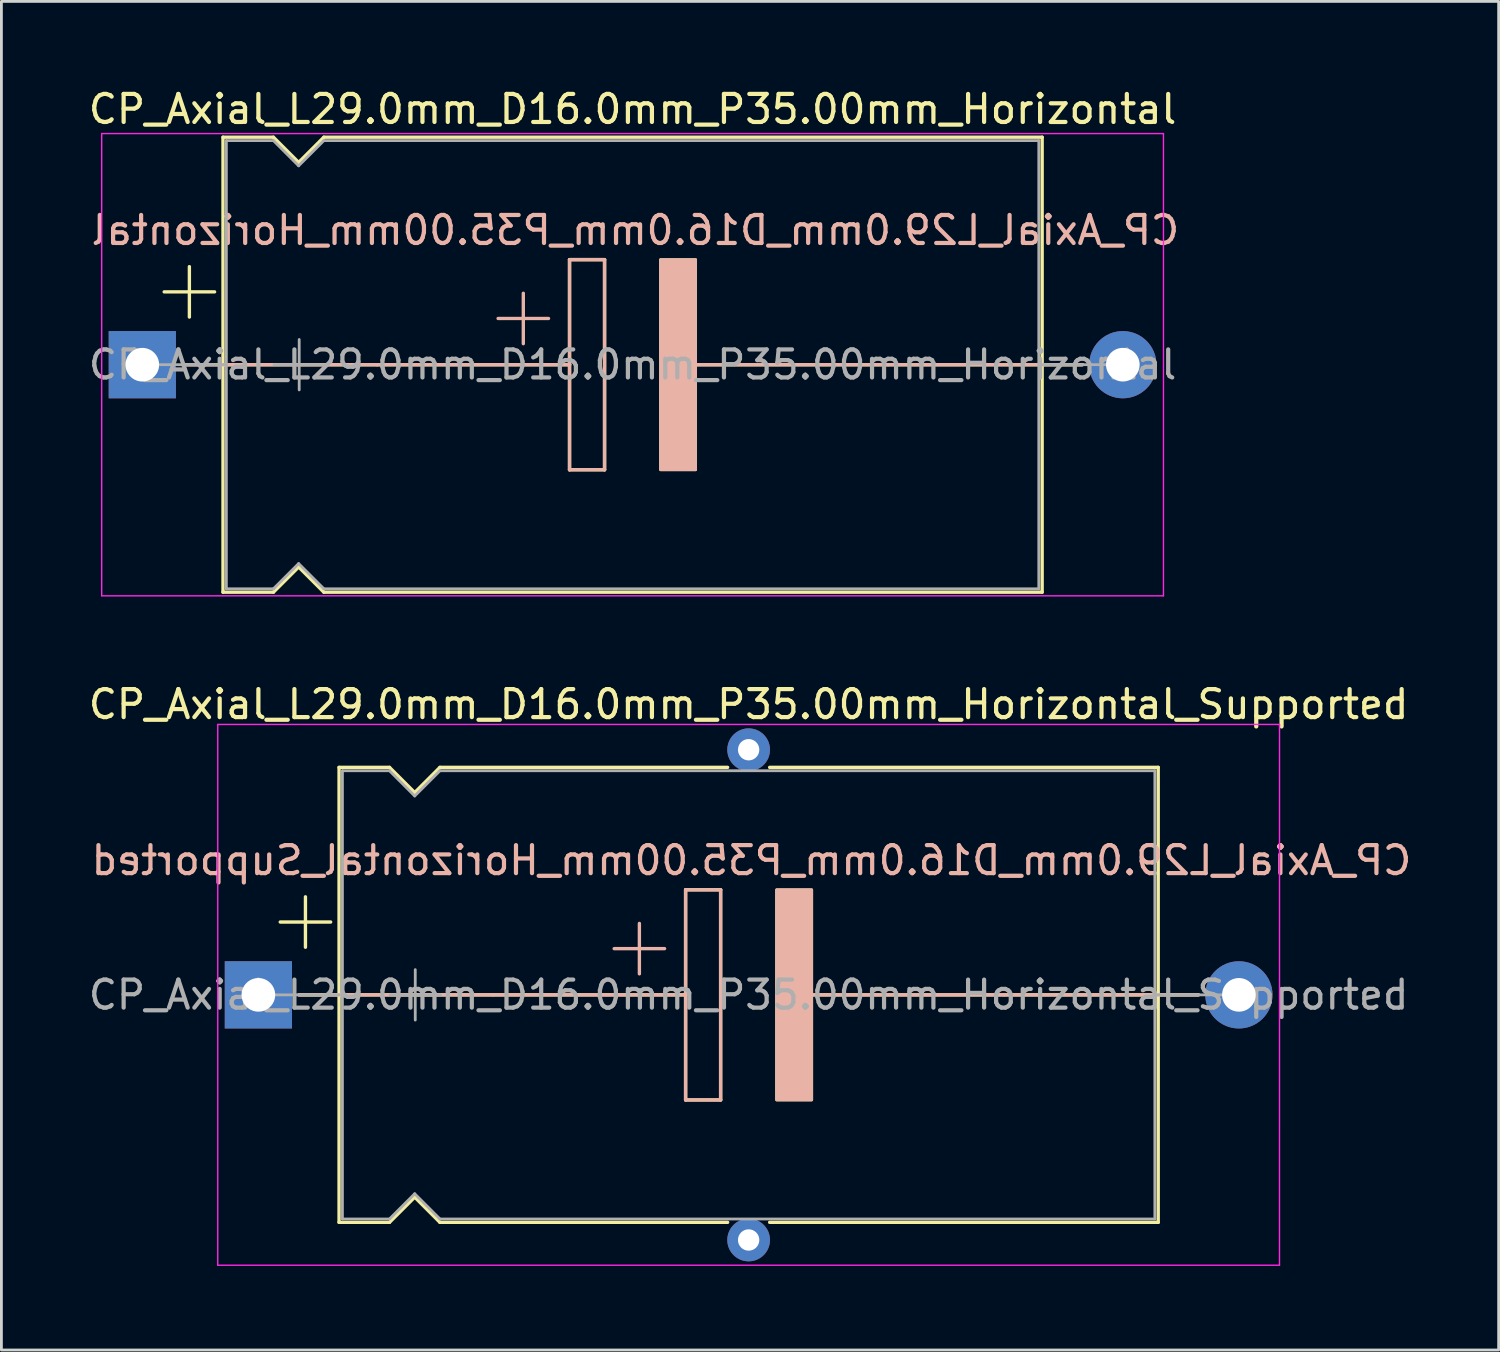
<source format=kicad_pcb>
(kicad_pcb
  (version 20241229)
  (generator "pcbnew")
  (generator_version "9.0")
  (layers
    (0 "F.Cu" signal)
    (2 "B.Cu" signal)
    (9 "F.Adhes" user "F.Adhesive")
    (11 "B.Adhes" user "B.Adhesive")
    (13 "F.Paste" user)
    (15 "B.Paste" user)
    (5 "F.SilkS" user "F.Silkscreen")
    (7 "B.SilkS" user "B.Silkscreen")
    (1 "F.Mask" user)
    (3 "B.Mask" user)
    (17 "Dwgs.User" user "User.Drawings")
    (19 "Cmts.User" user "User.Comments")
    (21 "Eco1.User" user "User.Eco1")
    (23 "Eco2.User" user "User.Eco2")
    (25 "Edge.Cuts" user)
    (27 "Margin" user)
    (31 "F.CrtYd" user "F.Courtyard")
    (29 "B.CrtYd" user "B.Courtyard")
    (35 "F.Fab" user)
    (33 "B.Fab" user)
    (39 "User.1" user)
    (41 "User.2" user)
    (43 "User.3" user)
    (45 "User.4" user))
  (footprint "CP_Axial_L29.0mm_D16.0mm_P35.00mm_Horizontal_Supported"
    (layer "F.Cu")
    (at 6.173 32.462)
    (property "Reference" "CP_Axial_L29.0mm_D16.0mm_P35.00mm_Horizontal_Supported" (at 17.5 -10.37 0) (layer "F.SilkS") (effects (font (size 1 1) (thickness 0.15))))
    (fp_line (start 0.78 -2.6) (end 2.58 -2.6) (stroke (width 0.12) (type solid)) (layer "F.SilkS"))
    (fp_line (start 1.44 0) (end 2.88 0) (stroke (width 0.12) (type solid)) (layer "F.SilkS"))
    (fp_line (start 1.68 -3.5) (end 1.68 -1.7) (stroke (width 0.12) (type solid)) (layer "F.SilkS"))
    (fp_line (start 2.88 -8.12) (end 2.88 8.12) (stroke (width 0.12) (type solid)) (layer "F.SilkS"))
    (fp_line (start 2.88 -8.12) (end 4.68 -8.12) (stroke (width 0.12) (type solid)) (layer "F.SilkS"))
    (fp_line (start 2.88 0) (end 15.25 0) (stroke (width 0.12) (type solid)) (layer "F.SilkS"))
    (fp_line (start 2.88 8.12) (end 4.68 8.12) (stroke (width 0.12) (type solid)) (layer "F.SilkS"))
    (fp_line (start 4.68 -8.12) (end 5.58 -7.22) (stroke (width 0.12) (type solid)) (layer "F.SilkS"))
    (fp_line (start 4.68 8.12) (end 5.58 7.22) (stroke (width 0.12) (type solid)) (layer "F.SilkS"))
    (fp_line (start 5.58 -7.22) (end 6.48 -8.12) (stroke (width 0.12) (type solid)) (layer "F.SilkS"))
    (fp_line (start 5.58 7.22) (end 6.48 8.12) (stroke (width 0.12) (type solid)) (layer "F.SilkS"))
    (fp_line (start 6.48 -8.12) (end 16.75 -8.12) (stroke (width 0.12) (type solid)) (layer "F.SilkS"))
    (fp_line (start 6.48 8.12) (end 16.75 8.12) (stroke (width 0.12) (type solid)) (layer "F.SilkS"))
    (fp_line (start 15.25 -3.75) (end 16.5 -3.75) (stroke (width 0.12) (type solid)) (layer "F.SilkS"))
    (fp_line (start 15.25 0) (end 15.25 -3.75) (stroke (width 0.12) (type solid)) (layer "F.SilkS"))
    (fp_line (start 15.25 3.75) (end 15.25 0) (stroke (width 0.12) (type solid)) (layer "F.SilkS"))
    (fp_line (start 16.5 -3.75) (end 16.5 3.75) (stroke (width 0.12) (type solid)) (layer "F.SilkS"))
    (fp_line (start 16.5 3.75) (end 15.25 3.75) (stroke (width 0.12) (type solid)) (layer "F.SilkS"))
    (fp_line (start 18.25 -8.12) (end 32.12 -8.12) (stroke (width 0.12) (type solid)) (layer "F.SilkS"))
    (fp_line (start 18.25 8.12) (end 32.12 8.12) (stroke (width 0.12) (type solid)) (layer "F.SilkS"))
    (fp_line (start 19.75 0) (end 32.131 0) (stroke (width 0.12) (type solid)) (layer "F.SilkS"))
    (fp_line (start 32.12 -8.12) (end 32.12 8.12) (stroke (width 0.12) (type solid)) (layer "F.SilkS"))
    (fp_line (start 33.56 0) (end 32.12 0) (stroke (width 0.12) (type solid)) (layer "F.SilkS"))
    (fp_poly (pts (xy 19.75 3.75) (xy 18.5 3.75) (xy 18.5 -3.75) (xy 19.75 -3.75)) (stroke (width 0.1) (type solid)) (fill yes) (layer "F.SilkS"))
    (fp_line (start 1.45 0) (end 8.38 0) (stroke (width 0.12) (type solid)) (layer "B.SilkS"))
    (fp_line (start 8.38 0) (end 15.25 0) (stroke (width 0.12) (type solid)) (layer "B.SilkS"))
    (fp_line (start 13.6 -2.55) (end 13.6 -0.75) (stroke (width 0.12) (type solid)) (layer "B.SilkS"))
    (fp_line (start 14.5 -1.65) (end 12.7 -1.65) (stroke (width 0.12) (type solid)) (layer "B.SilkS"))
    (fp_line (start 15.25 -3.75) (end 16.5 -3.75) (stroke (width 0.12) (type solid)) (layer "B.SilkS"))
    (fp_line (start 15.25 0) (end 15.25 -3.75) (stroke (width 0.12) (type solid)) (layer "B.SilkS"))
    (fp_line (start 15.25 3.75) (end 15.25 0) (stroke (width 0.12) (type solid)) (layer "B.SilkS"))
    (fp_line (start 16.5 -3.75) (end 16.5 3.75) (stroke (width 0.12) (type solid)) (layer "B.SilkS"))
    (fp_line (start 16.5 3.75) (end 15.25 3.75) (stroke (width 0.12) (type solid)) (layer "B.SilkS"))
    (fp_line (start 19.75 0) (end 26.62 0) (stroke (width 0.12) (type solid)) (layer "B.SilkS"))
    (fp_line (start 33.55 0) (end 26.62 0) (stroke (width 0.12) (type solid)) (layer "B.SilkS"))
    (fp_poly (pts (xy 19.75 3.75) (xy 18.5 3.75) (xy 18.5 -3.75) (xy 19.75 -3.75)) (stroke (width 0.1) (type solid)) (fill yes) (layer "B.SilkS"))
    (fp_line (start -1.45 -9.652) (end -1.45 9.652) (stroke (width 0.05) (type solid)) (layer "F.CrtYd"))
    (fp_line (start -1.45 9.652) (end 36.45 9.652) (stroke (width 0.05) (type solid)) (layer "F.CrtYd"))
    (fp_line (start 36.449 9.652) (end 36.45 -9.652) (stroke (width 0.05) (type solid)) (layer "F.CrtYd"))
    (fp_line (start 36.45 -9.652) (end -1.45 -9.652) (stroke (width 0.05) (type solid)) (layer "F.CrtYd"))
    (fp_line (start 0 0) (end 3 0) (stroke (width 0.1) (type solid)) (layer "F.Fab"))
    (fp_line (start 3 -8) (end 3 8) (stroke (width 0.1) (type solid)) (layer "F.Fab"))
    (fp_line (start 3 -8) (end 4.68 -8) (stroke (width 0.1) (type solid)) (layer "F.Fab"))
    (fp_line (start 3 8) (end 4.68 8) (stroke (width 0.1) (type solid)) (layer "F.Fab"))
    (fp_line (start 4.68 -8) (end 5.58 -7.1) (stroke (width 0.1) (type solid)) (layer "F.Fab"))
    (fp_line (start 4.68 8) (end 5.58 7.1) (stroke (width 0.1) (type solid)) (layer "F.Fab"))
    (fp_line (start 4.7 0) (end 6.5 0) (stroke (width 0.1) (type solid)) (layer "F.Fab"))
    (fp_line (start 5.58 -7.1) (end 6.48 -8) (stroke (width 0.1) (type solid)) (layer "F.Fab"))
    (fp_line (start 5.58 7.1) (end 6.48 8) (stroke (width 0.1) (type solid)) (layer "F.Fab"))
    (fp_line (start 5.6 -0.9) (end 5.6 0.9) (stroke (width 0.1) (type solid)) (layer "F.Fab"))
    (fp_line (start 6.48 -8) (end 32 -8) (stroke (width 0.1) (type solid)) (layer "F.Fab"))
    (fp_line (start 6.48 8) (end 32 8) (stroke (width 0.1) (type solid)) (layer "F.Fab"))
    (fp_line (start 32 -8) (end 32 8) (stroke (width 0.1) (type solid)) (layer "F.Fab"))
    (fp_line (start 35 0) (end 32 0) (stroke (width 0.1) (type solid)) (layer "F.Fab"))
    (fp_text user "${REFERENCE}" (at 17.6 -4.8 0) (layer "B.SilkS") (effects (font (size 1 1) (thickness 0.15)) (justify mirror)))
    (fp_text user "${REFERENCE}" (at 17.5 0 0) (layer "F.Fab") (effects (font (size 1 1) (thickness 0.15))))
    (pad "" thru_hole circle (at 17.5 -8.75) (size 1.524 1.524) (drill 0.762) (layers "*.Cu" "*.Mask"))
    (pad "" thru_hole circle (at 17.5 8.75) (size 1.524 1.524) (drill 0.762) (layers "*.Cu" "*.Mask"))
    (pad "1" thru_hole rect (at 0 0) (size 2.4 2.4) (drill 1.2) (layers "*.Cu" "*.Mask"))
    (pad "2" thru_hole oval (at 35 0) (size 2.4 2.4) (drill 1.2) (layers "*.Cu" "*.Mask")))
  (footprint "CP_Axial_L29.0mm_D16.0mm_P35.00mm_Horizontal"
    (layer "F.Cu")
    (at 2.03 9.968)
    (property "Reference" "CP_Axial_L29.0mm_D16.0mm_P35.00mm_Horizontal" (at 17.5 -9.12 0) (layer "F.SilkS") (effects (font (size 1 1) (thickness 0.15))))
    (fp_line (start 0.78 -2.6) (end 2.58 -2.6) (stroke (width 0.12) (type solid)) (layer "F.SilkS"))
    (fp_line (start 1.44 0) (end 2.88 0) (stroke (width 0.12) (type solid)) (layer "F.SilkS"))
    (fp_line (start 1.68 -3.5) (end 1.68 -1.7) (stroke (width 0.12) (type solid)) (layer "F.SilkS"))
    (fp_line (start 2.88 -8.12) (end 2.88 8.12) (stroke (width 0.12) (type solid)) (layer "F.SilkS"))
    (fp_line (start 2.88 -8.12) (end 4.68 -8.12) (stroke (width 0.12) (type solid)) (layer "F.SilkS"))
    (fp_line (start 2.88 0) (end 15.25 0) (stroke (width 0.12) (type solid)) (layer "F.SilkS"))
    (fp_line (start 2.88 8.12) (end 4.68 8.12) (stroke (width 0.12) (type solid)) (layer "F.SilkS"))
    (fp_line (start 4.68 -8.12) (end 5.58 -7.22) (stroke (width 0.12) (type solid)) (layer "F.SilkS"))
    (fp_line (start 4.68 8.12) (end 5.58 7.22) (stroke (width 0.12) (type solid)) (layer "F.SilkS"))
    (fp_line (start 5.58 -7.22) (end 6.48 -8.12) (stroke (width 0.12) (type solid)) (layer "F.SilkS"))
    (fp_line (start 5.58 7.22) (end 6.48 8.12) (stroke (width 0.12) (type solid)) (layer "F.SilkS"))
    (fp_line (start 6.48 -8.12) (end 32.12 -8.12) (stroke (width 0.12) (type solid)) (layer "F.SilkS"))
    (fp_line (start 6.48 8.12) (end 32.12 8.12) (stroke (width 0.12) (type solid)) (layer "F.SilkS"))
    (fp_line (start 15.25 -3.75) (end 16.5 -3.75) (stroke (width 0.12) (type solid)) (layer "F.SilkS"))
    (fp_line (start 15.25 0) (end 15.25 -3.75) (stroke (width 0.12) (type solid)) (layer "F.SilkS"))
    (fp_line (start 15.25 3.75) (end 15.25 0) (stroke (width 0.12) (type solid)) (layer "F.SilkS"))
    (fp_line (start 16.5 -3.75) (end 16.5 3.75) (stroke (width 0.12) (type solid)) (layer "F.SilkS"))
    (fp_line (start 16.5 3.75) (end 15.25 3.75) (stroke (width 0.12) (type solid)) (layer "F.SilkS"))
    (fp_line (start 19.75 0) (end 32.12 0) (stroke (width 0.12) (type solid)) (layer "F.SilkS"))
    (fp_line (start 32.12 -8.12) (end 32.12 8.12) (stroke (width 0.12) (type solid)) (layer "F.SilkS"))
    (fp_line (start 33.56 0) (end 32.12 0) (stroke (width 0.12) (type solid)) (layer "F.SilkS"))
    (fp_poly (pts (xy 19.75 3.75) (xy 18.5 3.75) (xy 18.5 -3.75) (xy 19.75 -3.75)) (stroke (width 0.1) (type solid)) (fill yes) (layer "F.SilkS"))
    (fp_line (start 1.45 0) (end 8.38 0) (stroke (width 0.12) (type solid)) (layer "B.SilkS"))
    (fp_line (start 8.38 0) (end 15.25 0) (stroke (width 0.12) (type solid)) (layer "B.SilkS"))
    (fp_line (start 13.6 -2.55) (end 13.6 -0.75) (stroke (width 0.12) (type solid)) (layer "B.SilkS"))
    (fp_line (start 14.5 -1.65) (end 12.7 -1.65) (stroke (width 0.12) (type solid)) (layer "B.SilkS"))
    (fp_line (start 15.25 -3.75) (end 16.5 -3.75) (stroke (width 0.12) (type solid)) (layer "B.SilkS"))
    (fp_line (start 15.25 0) (end 15.25 -3.75) (stroke (width 0.12) (type solid)) (layer "B.SilkS"))
    (fp_line (start 15.25 3.75) (end 15.25 0) (stroke (width 0.12) (type solid)) (layer "B.SilkS"))
    (fp_line (start 16.5 -3.75) (end 16.5 3.75) (stroke (width 0.12) (type solid)) (layer "B.SilkS"))
    (fp_line (start 16.5 3.75) (end 15.25 3.75) (stroke (width 0.12) (type solid)) (layer "B.SilkS"))
    (fp_line (start 19.75 0) (end 26.62 0) (stroke (width 0.12) (type solid)) (layer "B.SilkS"))
    (fp_line (start 33.55 0) (end 26.62 0) (stroke (width 0.12) (type solid)) (layer "B.SilkS"))
    (fp_poly (pts (xy 19.75 3.75) (xy 18.5 3.75) (xy 18.5 -3.75) (xy 19.75 -3.75)) (stroke (width 0.1) (type solid)) (fill yes) (layer "B.SilkS"))
    (fp_line (start -1.45 -8.25) (end -1.45 8.25) (stroke (width 0.05) (type solid)) (layer "F.CrtYd"))
    (fp_line (start -1.45 8.25) (end 36.45 8.25) (stroke (width 0.05) (type solid)) (layer "F.CrtYd"))
    (fp_line (start 36.45 -8.25) (end -1.45 -8.25) (stroke (width 0.05) (type solid)) (layer "F.CrtYd"))
    (fp_line (start 36.45 8.25) (end 36.45 -8.25) (stroke (width 0.05) (type solid)) (layer "F.CrtYd"))
    (fp_line (start 0 0) (end 3 0) (stroke (width 0.1) (type solid)) (layer "F.Fab"))
    (fp_line (start 3 -8) (end 3 8) (stroke (width 0.1) (type solid)) (layer "F.Fab"))
    (fp_line (start 3 -8) (end 4.68 -8) (stroke (width 0.1) (type solid)) (layer "F.Fab"))
    (fp_line (start 3 8) (end 4.68 8) (stroke (width 0.1) (type solid)) (layer "F.Fab"))
    (fp_line (start 4.68 -8) (end 5.58 -7.1) (stroke (width 0.1) (type solid)) (layer "F.Fab"))
    (fp_line (start 4.68 8) (end 5.58 7.1) (stroke (width 0.1) (type solid)) (layer "F.Fab"))
    (fp_line (start 4.7 0) (end 6.5 0) (stroke (width 0.1) (type solid)) (layer "F.Fab"))
    (fp_line (start 5.58 -7.1) (end 6.48 -8) (stroke (width 0.1) (type solid)) (layer "F.Fab"))
    (fp_line (start 5.58 7.1) (end 6.48 8) (stroke (width 0.1) (type solid)) (layer "F.Fab"))
    (fp_line (start 5.6 -0.9) (end 5.6 0.9) (stroke (width 0.1) (type solid)) (layer "F.Fab"))
    (fp_line (start 6.48 -8) (end 32 -8) (stroke (width 0.1) (type solid)) (layer "F.Fab"))
    (fp_line (start 6.48 8) (end 32 8) (stroke (width 0.1) (type solid)) (layer "F.Fab"))
    (fp_line (start 32 -8) (end 32 8) (stroke (width 0.1) (type solid)) (layer "F.Fab"))
    (fp_line (start 35 0) (end 32 0) (stroke (width 0.1) (type solid)) (layer "F.Fab"))
    (fp_text user "${REFERENCE}" (at 17.6 -4.8 0) (layer "B.SilkS") (effects (font (size 1 1) (thickness 0.15)) (justify mirror)))
    (fp_text user "${REFERENCE}" (at 17.5 0 0) (layer "F.Fab") (effects (font (size 1 1) (thickness 0.15))))
    (pad "1" thru_hole rect (at 0 0) (size 2.4 2.4) (drill 1.2) (layers "*.Cu" "*.Mask"))
    (pad "2" thru_hole oval (at 35 0) (size 2.4 2.4) (drill 1.2) (layers "*.Cu" "*.Mask")))
  (gr_rect
    (start -3 -3)
    (end 50.445 45.139)
    (stroke (width 0.1) (type default))
    (fill no)
    (layer "Edge.Cuts")))
</source>
